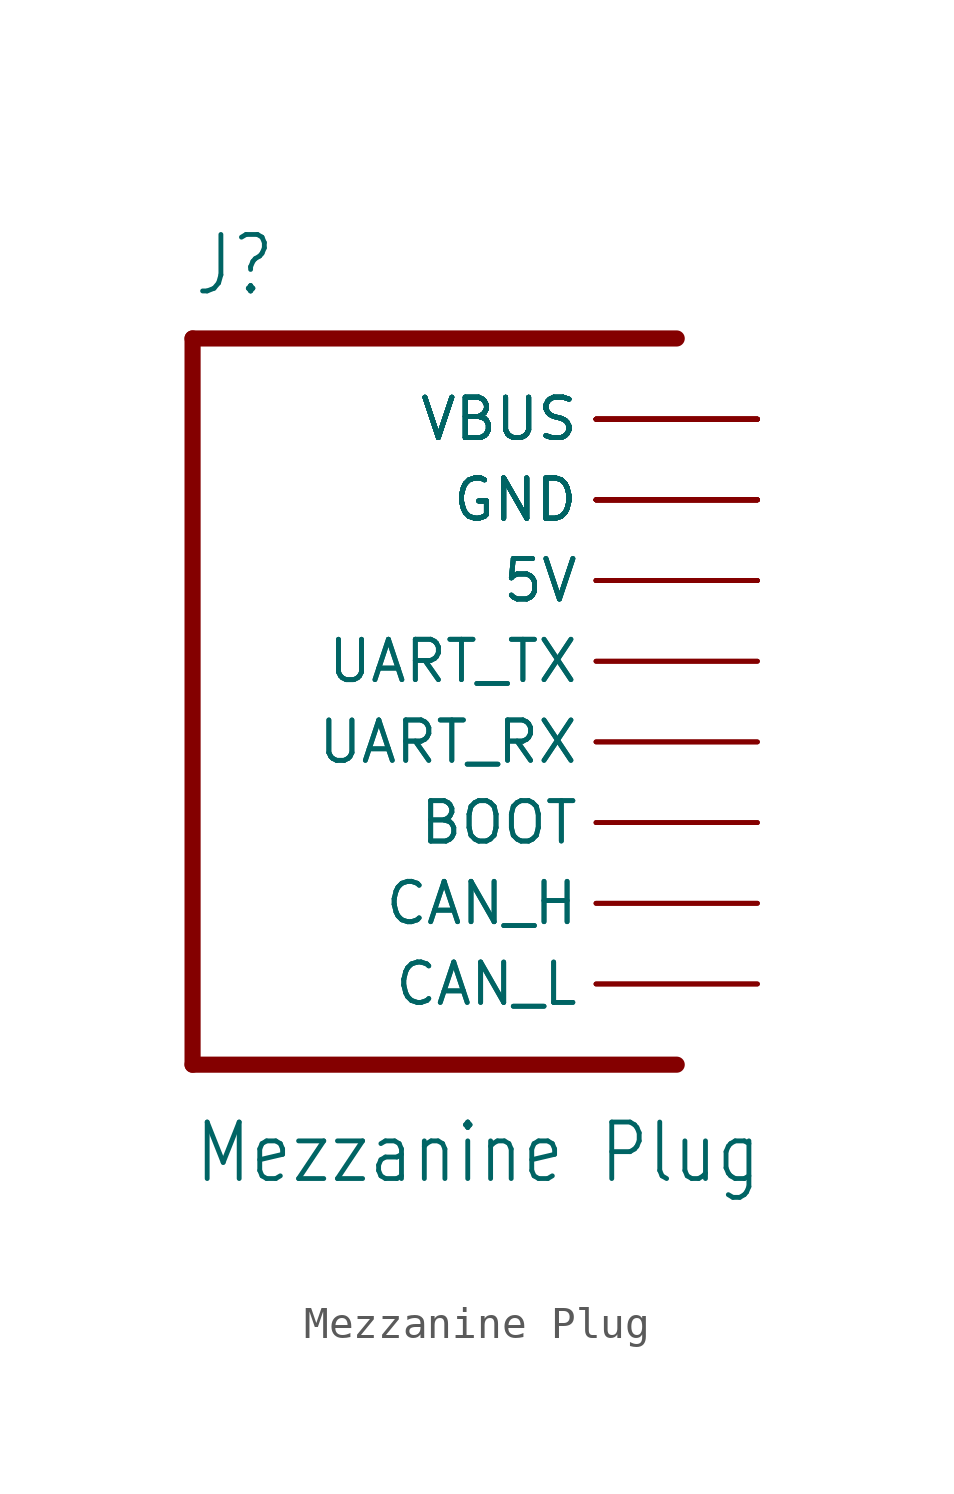
<source format=kicad_sym>
(kicad_symbol_lib
  (version 20241209)
  (generator "kicad_symbol_editor")
  (generator_version "9.0")
  (symbol "Mezzanine Plug"
    (property "Reference" "J"
      (at -12.7 13.97 0)
      (effects (font (size 1.778 1.511)) (justify left bottom)))
    (property "Value" "Mezzanine Plug"
      (at -12.7 -13.97 0)
      (effects (font (size 1.778 1.511)) (justify left bottom)))
    (symbol "Mezzanine Plug_1_0"
      (polyline (pts (xy -12.7 -10.16) (xy 2.54 -10.16)) (stroke (width 0.508) (type default)) (fill (type none)))
      (polyline (pts (xy 2.54 12.7) (xy -12.7 12.7)) (stroke (width 0.508) (type default)) (fill (type none)))
      (pin power_in line (at 5.08 10.16 180) (length 5.08) (name "VBUS" (effects (font (size 1.27 1.27)))) (number "P$12" (effects (font (size 0 0)))))
      (pin power_in line (at 5.08 10.16 180) (length 5.08) (name "VBUS" (effects (font (size 1.27 1.27)))) (number "P$13" (effects (font (size 0 0)))))
      (pin power_in line (at 5.08 10.16 180) (length 5.08) (name "VBUS" (effects (font (size 1.27 1.27)))) (number "P$14" (effects (font (size 0 0)))))
      (pin power_in line (at 5.08 10.16 180) (length 5.08) (name "VBUS" (effects (font (size 1.27 1.27)))) (number "P$15" (effects (font (size 0 0)))))
      (pin power_in line (at 5.08 10.16 180) (length 5.08) (name "VBUS" (effects (font (size 1.27 1.27)))) (number "P$16" (effects (font (size 0 0)))))
      (pin power_in line (at 5.08 10.16 180) (length 5.08) (name "VBUS" (effects (font (size 1.27 1.27)))) (number "P$17" (effects (font (size 0 0)))))
      (pin power_in line (at 5.08 10.16 180) (length 5.08) (name "VBUS" (effects (font (size 1.27 1.27)))) (number "P$18" (effects (font (size 0 0)))))
      (pin power_in line (at 5.08 10.16 180) (length 5.08) (name "VBUS" (effects (font (size 1.27 1.27)))) (number "P$19" (effects (font (size 0 0)))))
      (pin power_in line (at 5.08 7.62 180) (length 5.08) (name "GND" (effects (font (size 1.27 1.27)))) (number "P$10" (effects (font (size 0 0)))))
      (pin power_in line (at 5.08 7.62 180) (length 5.08) (name "GND" (effects (font (size 1.27 1.27)))) (number "P$11" (effects (font (size 0 0)))))
      (pin power_in line (at 5.08 7.62 180) (length 5.08) (name "GND" (effects (font (size 1.27 1.27)))) (number "P$20" (effects (font (size 0 0)))))
      (pin power_in line (at 5.08 7.62 180) (length 5.08) (name "GND" (effects (font (size 1.27 1.27)))) (number "P$21" (effects (font (size 0 0)))))
      (pin power_in line (at 5.08 7.62 180) (length 5.08) (name "GND" (effects (font (size 1.27 1.27)))) (number "P$22" (effects (font (size 0 0)))))
      (pin power_in line (at 5.08 7.62 180) (length 5.08) (name "GND" (effects (font (size 1.27 1.27)))) (number "P$23" (effects (font (size 0 0)))))
      (pin power_in line (at 5.08 7.62 180) (length 5.08) (name "GND" (effects (font (size 1.27 1.27)))) (number "P$8" (effects (font (size 0 0)))))
      (pin power_in line (at 5.08 7.62 180) (length 5.08) (name "GND" (effects (font (size 1.27 1.27)))) (number "P$9" (effects (font (size 0 0)))))
      (pin power_in line (at 5.08 5.08 180) (length 5.08) (name "5V" (effects (font (size 1.27 1.27)))) (number "P$24" (effects (font (size 0 0)))))
      (pin power_in line (at 5.08 5.08 180) (length 5.08) (name "5V" (effects (font (size 1.27 1.27)))) (number "P$25" (effects (font (size 0 0)))))
      (pin power_in line (at 5.08 5.08 180) (length 5.08) (name "5V" (effects (font (size 1.27 1.27)))) (number "P$6" (effects (font (size 0 0)))))
      (pin power_in line (at 5.08 5.08 180) (length 5.08) (name "5V" (effects (font (size 1.27 1.27)))) (number "P$7" (effects (font (size 0 0)))))
      (pin bidirectional line (at 5.08 2.54 180) (length 5.08) (name "UART_TX" (effects (font (size 1.27 1.27)))) (number "P$26" (effects (font (size 0 0)))))
      (pin bidirectional line (at 5.08 2.54 180) (length 5.08) (name "UART_TX" (effects (font (size 1.27 1.27)))) (number "P$5" (effects (font (size 0 0)))))
      (pin bidirectional line (at 5.08 0 180) (length 5.08) (name "UART_RX" (effects (font (size 1.27 1.27)))) (number "P$27" (effects (font (size 0 0)))))
      (pin bidirectional line (at 5.08 0 180) (length 5.08) (name "UART_RX" (effects (font (size 1.27 1.27)))) (number "P$4" (effects (font (size 0 0)))))
      (pin bidirectional line (at 5.08 -2.54 180) (length 5.08) (name "BOOT" (effects (font (size 1.27 1.27)))) (number "P$28" (effects (font (size 0 0)))))
      (pin bidirectional line (at 5.08 -2.54 180) (length 5.08) (name "BOOT" (effects (font (size 1.27 1.27)))) (number "P$3" (effects (font (size 0 0)))))
      (pin bidirectional line (at 5.08 -5.08 180) (length 5.08) (name "CAN_H" (effects (font (size 1.27 1.27)))) (number "P$2" (effects (font (size 0 0)))))
      (pin bidirectional line (at 5.08 -5.08 180) (length 5.08) (name "CAN_H" (effects (font (size 1.27 1.27)))) (number "P$29" (effects (font (size 0 0)))))
      (pin bidirectional line (at 5.08 -7.62 180) (length 5.08) (name "CAN_L" (effects (font (size 1.27 1.27)))) (number "P$1" (effects (font (size 0 0)))))
      (pin bidirectional line (at 5.08 -7.62 180) (length 5.08) (name "CAN_L" (effects (font (size 1.27 1.27)))) (number "P$30" (effects (font (size 0 0))))))
    (symbol "Mezzanine Plug_1_1"
      (polyline (pts (xy -12.7 12.7) (xy -12.7 -10.16)) (stroke (width 0.508) (type default)) (fill (type none))))))
</source>
